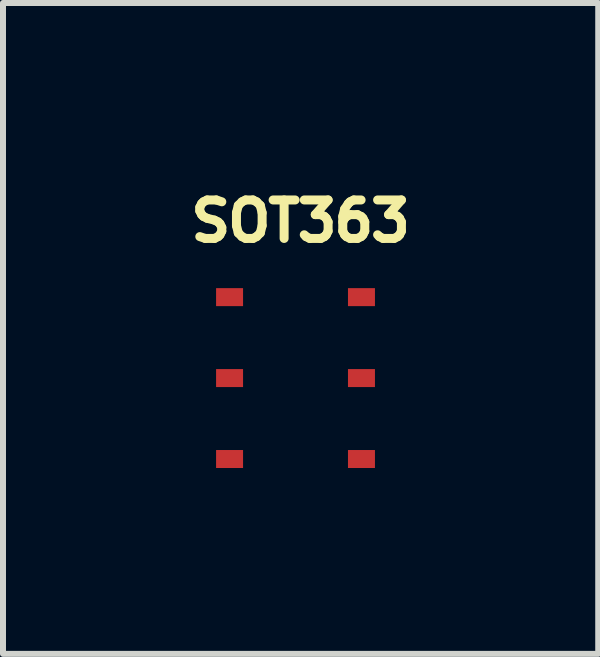
<source format=kicad_pcb>
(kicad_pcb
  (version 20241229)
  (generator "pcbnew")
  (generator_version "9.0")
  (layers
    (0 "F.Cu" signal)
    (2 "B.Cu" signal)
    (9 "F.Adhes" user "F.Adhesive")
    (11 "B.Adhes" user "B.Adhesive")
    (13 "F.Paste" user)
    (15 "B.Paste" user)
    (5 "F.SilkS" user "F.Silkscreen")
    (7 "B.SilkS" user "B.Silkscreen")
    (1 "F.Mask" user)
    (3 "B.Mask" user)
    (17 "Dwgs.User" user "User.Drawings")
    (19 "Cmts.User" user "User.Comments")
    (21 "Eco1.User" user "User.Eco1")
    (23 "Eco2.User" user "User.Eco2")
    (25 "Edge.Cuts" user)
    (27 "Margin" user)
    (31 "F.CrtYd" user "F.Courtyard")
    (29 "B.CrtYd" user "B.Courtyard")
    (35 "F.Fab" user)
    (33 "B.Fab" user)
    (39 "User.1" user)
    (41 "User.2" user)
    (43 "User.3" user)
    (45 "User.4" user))
  (footprint "SOT363"
    (layer "F.Cu")
    (at 0.779 4.606)
    (property "Reference" "SOT363" (at 1.185 -3.968 0) (layer "F.SilkS") (effects (font (size 0.642 0.642) (thickness 0.15))))
    (attr through_hole)
    (pad "1" smd rect (at 0 -2.7 180) (size 0.45 0.3) (layers "F.Cu" "F.Mask" "F.Paste"))
    (pad "2" smd rect (at 0 -1.35 180) (size 0.45 0.3) (layers "F.Cu" "F.Mask" "F.Paste"))
    (pad "3" smd rect (at 0 0 180) (size 0.45 0.3) (layers "F.Cu" "F.Mask" "F.Paste"))
    (pad "4" smd rect (at 2.2 0 180) (size 0.45 0.3) (layers "F.Cu" "F.Mask" "F.Paste"))
    (pad "5" smd rect (at 2.2 -1.35 180) (size 0.45 0.3) (layers "F.Cu" "F.Mask" "F.Paste"))
    (pad "6" smd rect (at 2.2 -2.7 180) (size 0.45 0.3) (layers "F.Cu" "F.Mask" "F.Paste")))
  (gr_rect
    (start -3 -3)
    (end 6.928 7.856)
    (stroke (width 0.1) (type default))
    (fill no)
    (layer "Edge.Cuts")))
</source>
